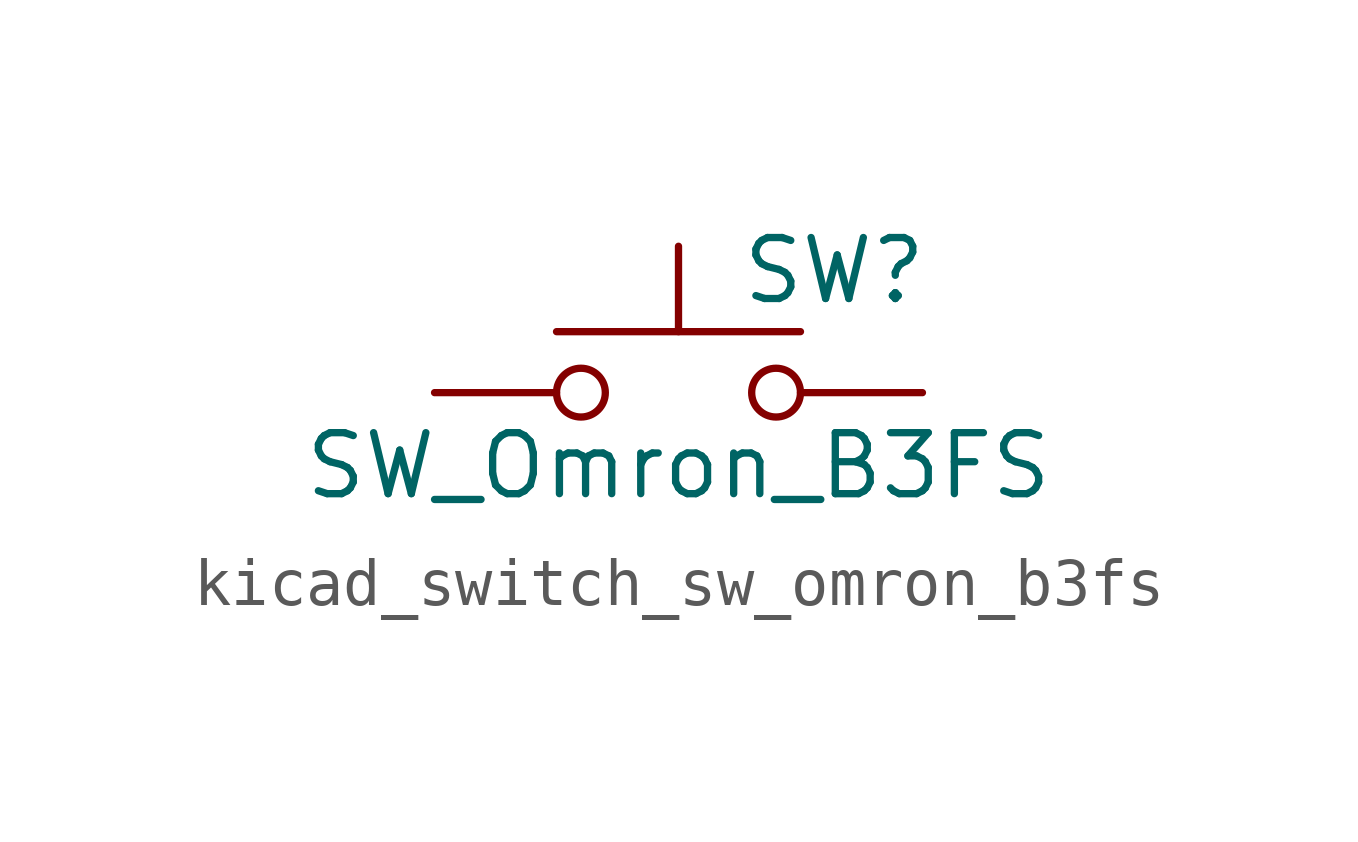
<source format=kicad_sym>
(kicad_symbol_lib
  (version 20220914)
  (generator kicad_symbol_editor)
  (symbol "kicad_switch_sw_omron_b3fs"
    (pin_numbers hide)
    (pin_names
      (offset 1.016) hide)
    (property "Reference" "SW"
      (at 1.27 2.54 0)
      (effects (font (size 1.27 1.27)) (justify left)))
    (property "Value" "SW_Omron_B3FS"
      (at 0 -1.524 0)
      (effects (font (size 1.27 1.27))))
    (symbol "kicad_switch_sw_omron_b3fs_0_1"
      (circle (center -2.032 0) (radius 0.508) (stroke (width 0) (type default)) (fill (type none)))
      (polyline (pts (xy 0 1.27) (xy 0 3.048)) (stroke (width 0) (type default)) (fill (type none)))
      (polyline (pts (xy 2.54 1.27) (xy -2.54 1.27)) (stroke (width 0) (type default)) (fill (type none)))
      (circle (center 2.032 0) (radius 0.508) (stroke (width 0) (type default)) (fill (type none)))
      (pin passive line (at -5.08 0 0) (length 2.54) (name "1" (effects (font (size 1.27 1.27)))) (number "1" (effects (font (size 1.27 1.27)))))
      (pin passive line (at 5.08 0 180) (length 2.54) (name "2" (effects (font (size 1.27 1.27)))) (number "2" (effects (font (size 1.27 1.27))))))))
</source>
